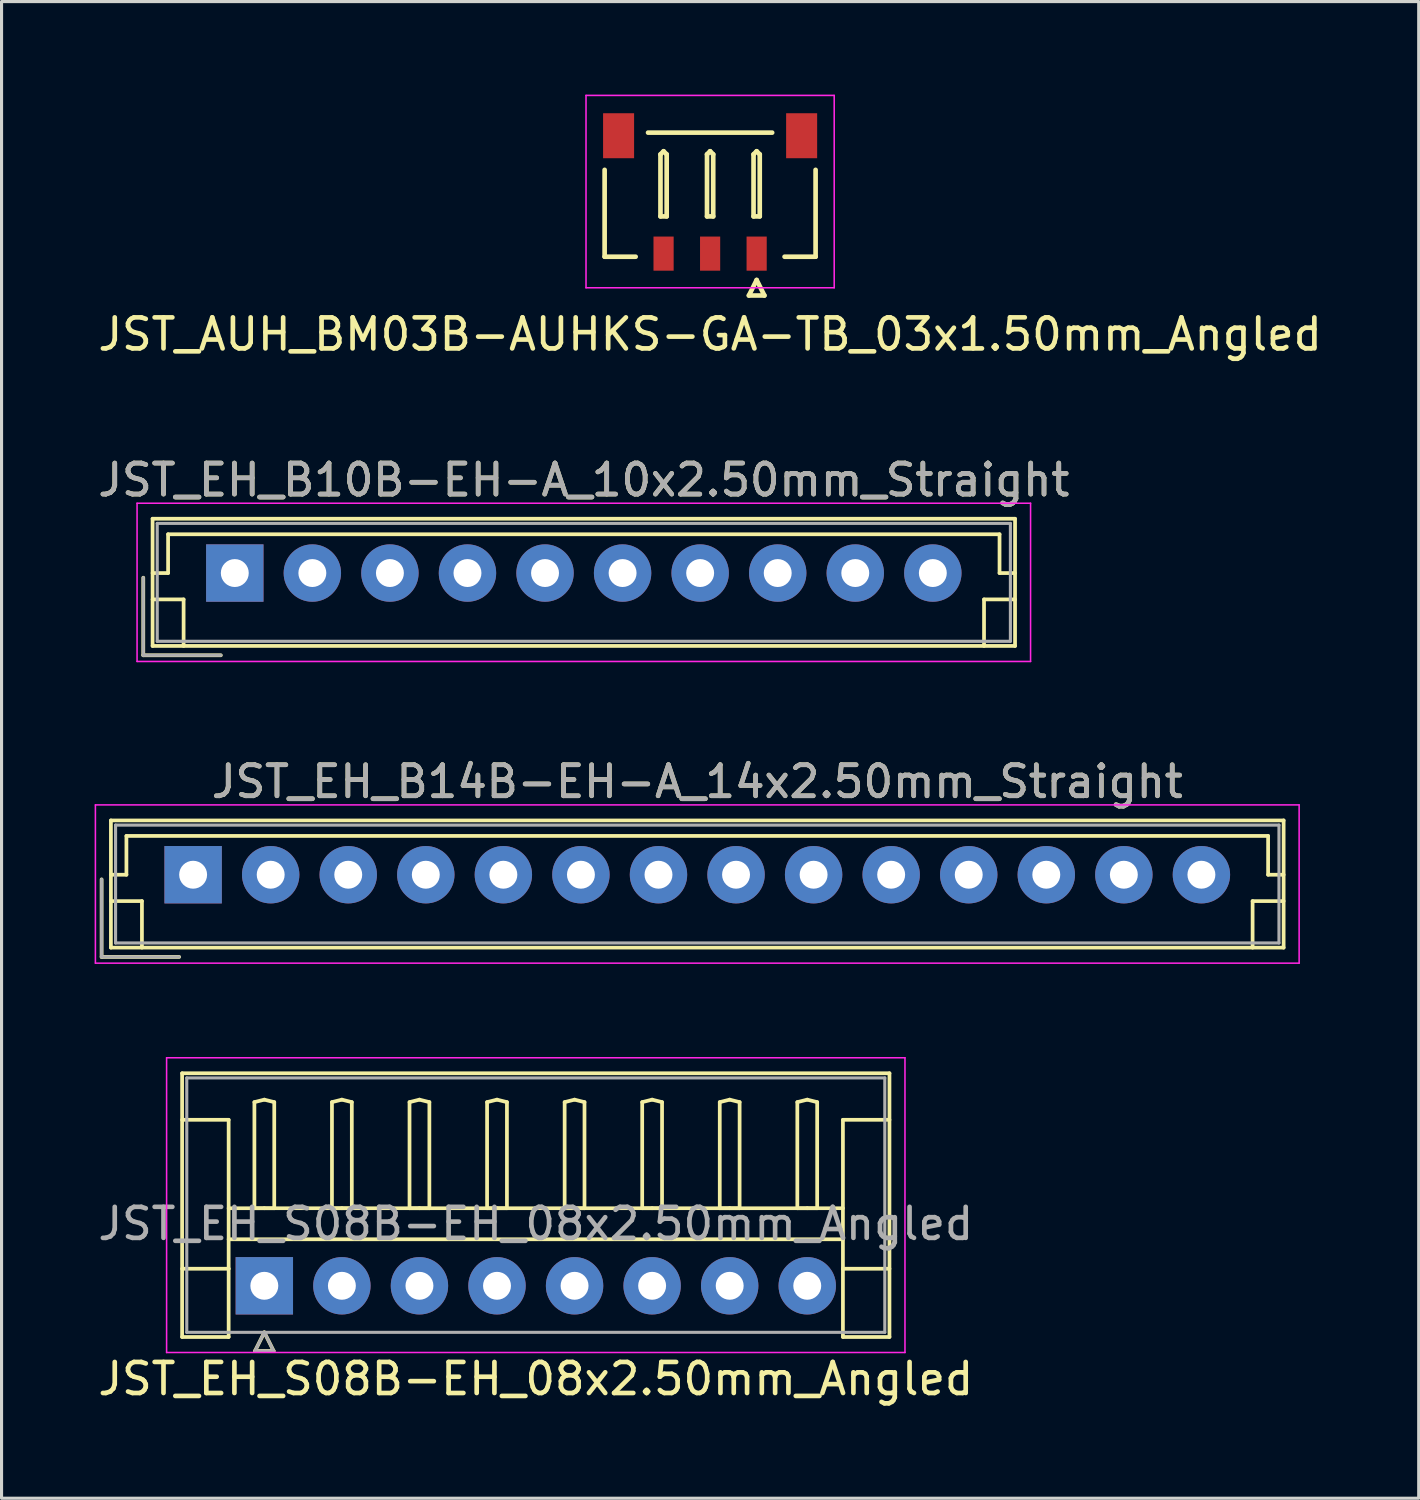
<source format=kicad_pcb>
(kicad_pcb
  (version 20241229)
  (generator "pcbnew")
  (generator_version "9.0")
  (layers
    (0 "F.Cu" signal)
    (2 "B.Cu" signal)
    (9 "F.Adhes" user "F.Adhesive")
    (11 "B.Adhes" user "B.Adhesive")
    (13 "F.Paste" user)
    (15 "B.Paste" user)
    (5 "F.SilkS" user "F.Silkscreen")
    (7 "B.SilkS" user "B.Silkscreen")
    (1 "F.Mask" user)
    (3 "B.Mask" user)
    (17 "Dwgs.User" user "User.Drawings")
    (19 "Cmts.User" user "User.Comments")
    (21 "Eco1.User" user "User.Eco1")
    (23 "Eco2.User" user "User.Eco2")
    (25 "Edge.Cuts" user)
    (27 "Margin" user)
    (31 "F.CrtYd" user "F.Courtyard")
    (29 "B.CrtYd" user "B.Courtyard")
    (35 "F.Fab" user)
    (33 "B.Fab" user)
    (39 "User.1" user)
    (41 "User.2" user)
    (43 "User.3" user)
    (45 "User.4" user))
  (footprint "JST_EH_B14B-EH-A_14x2.50mm_Straight"
    (layer "F.Cu")
    (at 3.175 25.145)
    (property "Reference" "JST_EH_B14B-EH-A_14x2.50mm_Straight" (at 16.25 -3 0) (layer "F.SilkS") (effects (font (size 1 1) (thickness 0.15))))
    (attr through_hole)
    (fp_line (start -2.95 0.15) (end -2.95 2.65) (stroke (width 0.12) (type solid)) (layer "F.SilkS"))
    (fp_line (start -2.95 2.65) (end -0.45 2.65) (stroke (width 0.12) (type solid)) (layer "F.SilkS"))
    (fp_line (start -2.65 -1.75) (end -2.65 2.35) (stroke (width 0.12) (type solid)) (layer "F.SilkS"))
    (fp_line (start -2.65 0) (end -2.15 0) (stroke (width 0.12) (type solid)) (layer "F.SilkS"))
    (fp_line (start -2.65 0.85) (end -1.65 0.85) (stroke (width 0.12) (type solid)) (layer "F.SilkS"))
    (fp_line (start -2.65 2.35) (end 35.15 2.35) (stroke (width 0.12) (type solid)) (layer "F.SilkS"))
    (fp_line (start -2.15 -1.25) (end 34.65 -1.25) (stroke (width 0.12) (type solid)) (layer "F.SilkS"))
    (fp_line (start -2.15 0) (end -2.15 -1.25) (stroke (width 0.12) (type solid)) (layer "F.SilkS"))
    (fp_line (start -1.65 0.85) (end -1.65 2.35) (stroke (width 0.12) (type solid)) (layer "F.SilkS"))
    (fp_line (start 34.15 0.85) (end 34.15 2.35) (stroke (width 0.12) (type solid)) (layer "F.SilkS"))
    (fp_line (start 34.65 -1.25) (end 34.65 0) (stroke (width 0.12) (type solid)) (layer "F.SilkS"))
    (fp_line (start 34.65 0) (end 35.15 0) (stroke (width 0.12) (type solid)) (layer "F.SilkS"))
    (fp_line (start 35.15 -1.75) (end -2.65 -1.75) (stroke (width 0.12) (type solid)) (layer "F.SilkS"))
    (fp_line (start 35.15 0.85) (end 34.15 0.85) (stroke (width 0.12) (type solid)) (layer "F.SilkS"))
    (fp_line (start 35.15 2.35) (end 35.15 -1.75) (stroke (width 0.12) (type solid)) (layer "F.SilkS"))
    (fp_line (start -3.15 -2.25) (end -3.15 2.85) (stroke (width 0.05) (type solid)) (layer "F.CrtYd"))
    (fp_line (start -3.15 2.85) (end 35.65 2.85) (stroke (width 0.05) (type solid)) (layer "F.CrtYd"))
    (fp_line (start 35.65 -2.25) (end -3.15 -2.25) (stroke (width 0.05) (type solid)) (layer "F.CrtYd"))
    (fp_line (start 35.65 2.85) (end 35.65 -2.25) (stroke (width 0.05) (type solid)) (layer "F.CrtYd"))
    (fp_line (start -2.95 0.15) (end -2.95 2.65) (stroke (width 0.1) (type solid)) (layer "F.Fab"))
    (fp_line (start -2.95 2.65) (end -0.45 2.65) (stroke (width 0.1) (type solid)) (layer "F.Fab"))
    (fp_line (start -2.5 -1.6) (end -2.5 2.2) (stroke (width 0.1) (type solid)) (layer "F.Fab"))
    (fp_line (start -2.5 2.2) (end 35 2.2) (stroke (width 0.1) (type solid)) (layer "F.Fab"))
    (fp_line (start 35 -1.6) (end -2.5 -1.6) (stroke (width 0.1) (type solid)) (layer "F.Fab"))
    (fp_line (start 35 2.2) (end 35 -1.6) (stroke (width 0.1) (type solid)) (layer "F.Fab"))
    (fp_text user "${REFERENCE}" (at 16.25 -3 0) (layer "F.Fab") (effects (font (size 1 1) (thickness 0.15))))
    (pad "1" thru_hole rect (at 0 0) (size 1.85 1.85) (drill 0.9) (layers "*.Cu" "*.Mask"))
    (pad "2" thru_hole circle (at 2.5 0) (size 1.85 1.85) (drill 0.9) (layers "*.Cu" "*.Mask"))
    (pad "3" thru_hole circle (at 5 0) (size 1.85 1.85) (drill 0.9) (layers "*.Cu" "*.Mask"))
    (pad "4" thru_hole circle (at 7.5 0) (size 1.85 1.85) (drill 0.9) (layers "*.Cu" "*.Mask"))
    (pad "5" thru_hole circle (at 10 0) (size 1.85 1.85) (drill 0.9) (layers "*.Cu" "*.Mask"))
    (pad "6" thru_hole circle (at 12.5 0) (size 1.85 1.85) (drill 0.9) (layers "*.Cu" "*.Mask"))
    (pad "7" thru_hole circle (at 15 0) (size 1.85 1.85) (drill 0.9) (layers "*.Cu" "*.Mask"))
    (pad "8" thru_hole circle (at 17.5 0) (size 1.85 1.85) (drill 0.9) (layers "*.Cu" "*.Mask"))
    (pad "9" thru_hole circle (at 20 0) (size 1.85 1.85) (drill 0.9) (layers "*.Cu" "*.Mask"))
    (pad "10" thru_hole circle (at 22.5 0) (size 1.85 1.85) (drill 0.9) (layers "*.Cu" "*.Mask"))
    (pad "11" thru_hole circle (at 25 0) (size 1.85 1.85) (drill 0.9) (layers "*.Cu" "*.Mask"))
    (pad "12" thru_hole circle (at 27.5 0) (size 1.85 1.85) (drill 0.9) (layers "*.Cu" "*.Mask"))
    (pad "13" thru_hole circle (at 30 0) (size 1.85 1.85) (drill 0.9) (layers "*.Cu" "*.Mask"))
    (pad "14" thru_hole circle (at 32.5 0) (size 1.85 1.85) (drill 0.9) (layers "*.Cu" "*.Mask")))
  (footprint "JST_AUH_BM03B-AUHKS-GA-TB_03x1.50mm_Angled"
    (layer "F.Cu")
    (at 19.839 3.225)
    (property "Reference" "JST_AUH_BM03B-AUHKS-GA-TB_03x1.50mm_Angled" (at 0 4.5 0) (layer "F.SilkS") (effects (font (size 1 1) (thickness 0.15))))
    (attr smd)
    (fp_line (start -3.4 2) (end -3.4 -0.8) (stroke (width 0.15) (type solid)) (layer "F.SilkS"))
    (fp_line (start -2.4 2) (end -3.4 2) (stroke (width 0.15) (type solid)) (layer "F.SilkS"))
    (fp_line (start -1.6 -1.3) (end -1.5 -1.4) (stroke (width 0.15) (type solid)) (layer "F.SilkS"))
    (fp_line (start -1.6 0.7) (end -1.6 -1.3) (stroke (width 0.15) (type solid)) (layer "F.SilkS"))
    (fp_line (start -1.5 -1.4) (end -1.4 -1.3) (stroke (width 0.15) (type solid)) (layer "F.SilkS"))
    (fp_line (start -1.4 -1.3) (end -1.4 0.7) (stroke (width 0.15) (type solid)) (layer "F.SilkS"))
    (fp_line (start -1.4 0.7) (end -1.6 0.7) (stroke (width 0.15) (type solid)) (layer "F.SilkS"))
    (fp_line (start -0.1 -1.3) (end 0 -1.4) (stroke (width 0.15) (type solid)) (layer "F.SilkS"))
    (fp_line (start -0.1 0.7) (end -0.1 -1.3) (stroke (width 0.15) (type solid)) (layer "F.SilkS"))
    (fp_line (start 0 -1.4) (end 0.1 -1.3) (stroke (width 0.15) (type solid)) (layer "F.SilkS"))
    (fp_line (start 0.1 -1.3) (end 0.1 0.7) (stroke (width 0.15) (type solid)) (layer "F.SilkS"))
    (fp_line (start 0.1 0.7) (end -0.1 0.7) (stroke (width 0.15) (type solid)) (layer "F.SilkS"))
    (fp_line (start 1.25 3.25) (end 1.75 3.25) (stroke (width 0.15) (type solid)) (layer "F.SilkS"))
    (fp_line (start 1.4 -1.3) (end 1.5 -1.4) (stroke (width 0.15) (type solid)) (layer "F.SilkS"))
    (fp_line (start 1.4 0.7) (end 1.4 -1.3) (stroke (width 0.15) (type solid)) (layer "F.SilkS"))
    (fp_line (start 1.5 -1.4) (end 1.6 -1.3) (stroke (width 0.15) (type solid)) (layer "F.SilkS"))
    (fp_line (start 1.5 2.75) (end 1.25 3.25) (stroke (width 0.15) (type solid)) (layer "F.SilkS"))
    (fp_line (start 1.6 -1.3) (end 1.6 0.7) (stroke (width 0.15) (type solid)) (layer "F.SilkS"))
    (fp_line (start 1.6 0.7) (end 1.4 0.7) (stroke (width 0.15) (type solid)) (layer "F.SilkS"))
    (fp_line (start 1.75 3.25) (end 1.5 2.75) (stroke (width 0.15) (type solid)) (layer "F.SilkS"))
    (fp_line (start 2 -2) (end -2 -2) (stroke (width 0.15) (type solid)) (layer "F.SilkS"))
    (fp_line (start 2.4 2) (end 3.4 2) (stroke (width 0.15) (type solid)) (layer "F.SilkS"))
    (fp_line (start 3.4 2) (end 3.4 -0.8) (stroke (width 0.15) (type solid)) (layer "F.SilkS"))
    (fp_line (start -4 -3.2) (end -4 3) (stroke (width 0.05) (type solid)) (layer "F.CrtYd"))
    (fp_line (start -4 3) (end 4 3) (stroke (width 0.05) (type solid)) (layer "F.CrtYd"))
    (fp_line (start 4 -3.2) (end -4 -3.2) (stroke (width 0.05) (type solid)) (layer "F.CrtYd"))
    (fp_line (start 4 3) (end 4 -3.2) (stroke (width 0.05) (type solid)) (layer "F.CrtYd"))
    (pad "" smd rect (at -2.95 -1.9) (size 1 1.45) (layers "F.Cu" "F.Mask" "F.Paste"))
    (pad "" smd rect (at 2.95 -1.9) (size 1 1.45) (layers "F.Cu" "F.Mask" "F.Paste"))
    (pad "1" smd rect (at 1.5 1.9) (size 0.65 1.1) (layers "F.Cu" "F.Mask" "F.Paste"))
    (pad "2" smd rect (at 0 1.9) (size 0.65 1.1) (layers "F.Cu" "F.Mask" "F.Paste"))
    (pad "3" smd rect (at -1.5 1.9) (size 0.65 1.1) (layers "F.Cu" "F.Mask" "F.Paste")))
  (footprint "JST_EH_S08B-EH_08x2.50mm_Angled"
    (layer "F.Cu")
    (at 5.47 38.395)
    (property "Reference" "JST_EH_S08B-EH_08x2.50mm_Angled" (at 8.75 3 0) (layer "F.SilkS") (effects (font (size 1 1) (thickness 0.15))))
    (attr through_hole)
    (fp_line (start -2.65 -6.85) (end 20.15 -6.85) (stroke (width 0.12) (type solid)) (layer "F.SilkS"))
    (fp_line (start -2.65 -5.35) (end -1.15 -5.35) (stroke (width 0.12) (type solid)) (layer "F.SilkS"))
    (fp_line (start -2.65 1.65) (end -2.65 -6.85) (stroke (width 0.12) (type solid)) (layer "F.SilkS"))
    (fp_line (start -1.15 -5.35) (end -1.15 -0.55) (stroke (width 0.12) (type solid)) (layer "F.SilkS"))
    (fp_line (start -1.15 -2.5) (end 18.65 -2.5) (stroke (width 0.12) (type solid)) (layer "F.SilkS"))
    (fp_line (start -1.15 -1.5) (end 18.65 -1.5) (stroke (width 0.12) (type solid)) (layer "F.SilkS"))
    (fp_line (start -1.15 -0.55) (end -2.65 -0.55) (stroke (width 0.12) (type solid)) (layer "F.SilkS"))
    (fp_line (start -1.15 -0.55) (end -1.15 1.65) (stroke (width 0.12) (type solid)) (layer "F.SilkS"))
    (fp_line (start -1.15 1.65) (end -2.65 1.65) (stroke (width 0.12) (type solid)) (layer "F.SilkS"))
    (fp_line (start -0.32 -5.92) (end 0 -6) (stroke (width 0.12) (type solid)) (layer "F.SilkS"))
    (fp_line (start -0.32 -2.5) (end -0.32 -5.92) (stroke (width 0.12) (type solid)) (layer "F.SilkS"))
    (fp_line (start -0.3 2.1) (end 0.3 2.1) (stroke (width 0.12) (type solid)) (layer "F.SilkS"))
    (fp_line (start 0 -6) (end 0.32 -5.92) (stroke (width 0.12) (type solid)) (layer "F.SilkS"))
    (fp_line (start 0 -2.5) (end -0.32 -2.5) (stroke (width 0.12) (type solid)) (layer "F.SilkS"))
    (fp_line (start 0 1.5) (end -0.3 2.1) (stroke (width 0.12) (type solid)) (layer "F.SilkS"))
    (fp_line (start 0.3 2.1) (end 0 1.5) (stroke (width 0.12) (type solid)) (layer "F.SilkS"))
    (fp_line (start 0.32 -5.92) (end 0.32 -2.5) (stroke (width 0.12) (type solid)) (layer "F.SilkS"))
    (fp_line (start 0.32 -2.5) (end 0 -2.5) (stroke (width 0.12) (type solid)) (layer "F.SilkS"))
    (fp_line (start 2.18 -5.92) (end 2.5 -6) (stroke (width 0.12) (type solid)) (layer "F.SilkS"))
    (fp_line (start 2.18 -2.5) (end 2.18 -5.92) (stroke (width 0.12) (type solid)) (layer "F.SilkS"))
    (fp_line (start 2.5 -6) (end 2.82 -5.92) (stroke (width 0.12) (type solid)) (layer "F.SilkS"))
    (fp_line (start 2.5 -2.5) (end 2.18 -2.5) (stroke (width 0.12) (type solid)) (layer "F.SilkS"))
    (fp_line (start 2.82 -5.92) (end 2.82 -2.5) (stroke (width 0.12) (type solid)) (layer "F.SilkS"))
    (fp_line (start 2.82 -2.5) (end 2.5 -2.5) (stroke (width 0.12) (type solid)) (layer "F.SilkS"))
    (fp_line (start 4.68 -5.92) (end 5 -6) (stroke (width 0.12) (type solid)) (layer "F.SilkS"))
    (fp_line (start 4.68 -2.5) (end 4.68 -5.92) (stroke (width 0.12) (type solid)) (layer "F.SilkS"))
    (fp_line (start 5 -6) (end 5.32 -5.92) (stroke (width 0.12) (type solid)) (layer "F.SilkS"))
    (fp_line (start 5 -2.5) (end 4.68 -2.5) (stroke (width 0.12) (type solid)) (layer "F.SilkS"))
    (fp_line (start 5.32 -5.92) (end 5.32 -2.5) (stroke (width 0.12) (type solid)) (layer "F.SilkS"))
    (fp_line (start 5.32 -2.5) (end 5 -2.5) (stroke (width 0.12) (type solid)) (layer "F.SilkS"))
    (fp_line (start 7.18 -5.92) (end 7.5 -6) (stroke (width 0.12) (type solid)) (layer "F.SilkS"))
    (fp_line (start 7.18 -2.5) (end 7.18 -5.92) (stroke (width 0.12) (type solid)) (layer "F.SilkS"))
    (fp_line (start 7.5 -6) (end 7.82 -5.92) (stroke (width 0.12) (type solid)) (layer "F.SilkS"))
    (fp_line (start 7.5 -2.5) (end 7.18 -2.5) (stroke (width 0.12) (type solid)) (layer "F.SilkS"))
    (fp_line (start 7.82 -5.92) (end 7.82 -2.5) (stroke (width 0.12) (type solid)) (layer "F.SilkS"))
    (fp_line (start 7.82 -2.5) (end 7.5 -2.5) (stroke (width 0.12) (type solid)) (layer "F.SilkS"))
    (fp_line (start 9.68 -5.92) (end 10 -6) (stroke (width 0.12) (type solid)) (layer "F.SilkS"))
    (fp_line (start 9.68 -2.5) (end 9.68 -5.92) (stroke (width 0.12) (type solid)) (layer "F.SilkS"))
    (fp_line (start 10 -6) (end 10.32 -5.92) (stroke (width 0.12) (type solid)) (layer "F.SilkS"))
    (fp_line (start 10 -2.5) (end 9.68 -2.5) (stroke (width 0.12) (type solid)) (layer "F.SilkS"))
    (fp_line (start 10.32 -5.92) (end 10.32 -2.5) (stroke (width 0.12) (type solid)) (layer "F.SilkS"))
    (fp_line (start 10.32 -2.5) (end 10 -2.5) (stroke (width 0.12) (type solid)) (layer "F.SilkS"))
    (fp_line (start 12.18 -5.92) (end 12.5 -6) (stroke (width 0.12) (type solid)) (layer "F.SilkS"))
    (fp_line (start 12.18 -2.5) (end 12.18 -5.92) (stroke (width 0.12) (type solid)) (layer "F.SilkS"))
    (fp_line (start 12.5 -6) (end 12.82 -5.92) (stroke (width 0.12) (type solid)) (layer "F.SilkS"))
    (fp_line (start 12.5 -2.5) (end 12.18 -2.5) (stroke (width 0.12) (type solid)) (layer "F.SilkS"))
    (fp_line (start 12.82 -5.92) (end 12.82 -2.5) (stroke (width 0.12) (type solid)) (layer "F.SilkS"))
    (fp_line (start 12.82 -2.5) (end 12.5 -2.5) (stroke (width 0.12) (type solid)) (layer "F.SilkS"))
    (fp_line (start 14.68 -5.92) (end 15 -6) (stroke (width 0.12) (type solid)) (layer "F.SilkS"))
    (fp_line (start 14.68 -2.5) (end 14.68 -5.92) (stroke (width 0.12) (type solid)) (layer "F.SilkS"))
    (fp_line (start 15 -6) (end 15.32 -5.92) (stroke (width 0.12) (type solid)) (layer "F.SilkS"))
    (fp_line (start 15 -2.5) (end 14.68 -2.5) (stroke (width 0.12) (type solid)) (layer "F.SilkS"))
    (fp_line (start 15.32 -5.92) (end 15.32 -2.5) (stroke (width 0.12) (type solid)) (layer "F.SilkS"))
    (fp_line (start 15.32 -2.5) (end 15 -2.5) (stroke (width 0.12) (type solid)) (layer "F.SilkS"))
    (fp_line (start 17.18 -5.92) (end 17.5 -6) (stroke (width 0.12) (type solid)) (layer "F.SilkS"))
    (fp_line (start 17.18 -2.5) (end 17.18 -5.92) (stroke (width 0.12) (type solid)) (layer "F.SilkS"))
    (fp_line (start 17.5 -6) (end 17.82 -5.92) (stroke (width 0.12) (type solid)) (layer "F.SilkS"))
    (fp_line (start 17.5 -2.5) (end 17.18 -2.5) (stroke (width 0.12) (type solid)) (layer "F.SilkS"))
    (fp_line (start 17.82 -5.92) (end 17.82 -2.5) (stroke (width 0.12) (type solid)) (layer "F.SilkS"))
    (fp_line (start 17.82 -2.5) (end 17.5 -2.5) (stroke (width 0.12) (type solid)) (layer "F.SilkS"))
    (fp_line (start 18.65 -5.35) (end 18.65 -0.55) (stroke (width 0.12) (type solid)) (layer "F.SilkS"))
    (fp_line (start 18.65 -0.55) (end 20.15 -0.55) (stroke (width 0.12) (type solid)) (layer "F.SilkS"))
    (fp_line (start 18.65 1.65) (end 18.65 -0.55) (stroke (width 0.12) (type solid)) (layer "F.SilkS"))
    (fp_line (start 20.15 -6.85) (end 20.15 1.65) (stroke (width 0.12) (type solid)) (layer "F.SilkS"))
    (fp_line (start 20.15 -5.35) (end 18.65 -5.35) (stroke (width 0.12) (type solid)) (layer "F.SilkS"))
    (fp_line (start 20.15 1.65) (end 18.65 1.65) (stroke (width 0.12) (type solid)) (layer "F.SilkS"))
    (fp_line (start -3.15 -7.35) (end -3.15 2.15) (stroke (width 0.05) (type solid)) (layer "F.CrtYd"))
    (fp_line (start -3.15 2.15) (end 20.65 2.15) (stroke (width 0.05) (type solid)) (layer "F.CrtYd"))
    (fp_line (start 20.65 -7.35) (end -3.15 -7.35) (stroke (width 0.05) (type solid)) (layer "F.CrtYd"))
    (fp_line (start 20.65 2.15) (end 20.65 -7.35) (stroke (width 0.05) (type solid)) (layer "F.CrtYd"))
    (fp_line (start -2.5 -6.7) (end -2.5 1.5) (stroke (width 0.1) (type solid)) (layer "F.Fab"))
    (fp_line (start -2.5 1.5) (end 20 1.5) (stroke (width 0.1) (type solid)) (layer "F.Fab"))
    (fp_line (start -0.3 2.1) (end 0.3 2.1) (stroke (width 0.1) (type solid)) (layer "F.Fab"))
    (fp_line (start 0 1.5) (end -0.3 2.1) (stroke (width 0.1) (type solid)) (layer "F.Fab"))
    (fp_line (start 0.3 2.1) (end 0 1.5) (stroke (width 0.1) (type solid)) (layer "F.Fab"))
    (fp_line (start 20 -6.7) (end -2.5 -6.7) (stroke (width 0.1) (type solid)) (layer "F.Fab"))
    (fp_line (start 20 1.5) (end 20 -6.7) (stroke (width 0.1) (type solid)) (layer "F.Fab"))
    (fp_text user "${REFERENCE}" (at 8.75 -2 0) (layer "F.Fab") (effects (font (size 1 1) (thickness 0.15))))
    (pad "1" thru_hole rect (at 0 0) (size 1.85 1.85) (drill 0.9) (layers "*.Cu" "*.Mask"))
    (pad "2" thru_hole circle (at 2.5 0) (size 1.85 1.85) (drill 0.9) (layers "*.Cu" "*.Mask"))
    (pad "3" thru_hole circle (at 5 0) (size 1.85 1.85) (drill 0.9) (layers "*.Cu" "*.Mask"))
    (pad "4" thru_hole circle (at 7.5 0) (size 1.85 1.85) (drill 0.9) (layers "*.Cu" "*.Mask"))
    (pad "5" thru_hole circle (at 10 0) (size 1.85 1.85) (drill 0.9) (layers "*.Cu" "*.Mask"))
    (pad "6" thru_hole circle (at 12.5 0) (size 1.85 1.85) (drill 0.9) (layers "*.Cu" "*.Mask"))
    (pad "7" thru_hole circle (at 15 0) (size 1.85 1.85) (drill 0.9) (layers "*.Cu" "*.Mask"))
    (pad "8" thru_hole circle (at 17.5 0) (size 1.85 1.85) (drill 0.9) (layers "*.Cu" "*.Mask")))
  (footprint "JST_EH_B10B-EH-A_10x2.50mm_Straight"
    (layer "F.Cu")
    (at 4.518 15.421)
    (property "Reference" "JST_EH_B10B-EH-A_10x2.50mm_Straight" (at 11.25 -3 0) (layer "F.SilkS") (effects (font (size 1 1) (thickness 0.15))))
    (attr through_hole)
    (fp_line (start -2.95 0.15) (end -2.95 2.65) (stroke (width 0.12) (type solid)) (layer "F.SilkS"))
    (fp_line (start -2.95 2.65) (end -0.45 2.65) (stroke (width 0.12) (type solid)) (layer "F.SilkS"))
    (fp_line (start -2.65 -1.75) (end -2.65 2.35) (stroke (width 0.12) (type solid)) (layer "F.SilkS"))
    (fp_line (start -2.65 0) (end -2.15 0) (stroke (width 0.12) (type solid)) (layer "F.SilkS"))
    (fp_line (start -2.65 0.85) (end -1.65 0.85) (stroke (width 0.12) (type solid)) (layer "F.SilkS"))
    (fp_line (start -2.65 2.35) (end 25.15 2.35) (stroke (width 0.12) (type solid)) (layer "F.SilkS"))
    (fp_line (start -2.15 -1.25) (end 24.65 -1.25) (stroke (width 0.12) (type solid)) (layer "F.SilkS"))
    (fp_line (start -2.15 0) (end -2.15 -1.25) (stroke (width 0.12) (type solid)) (layer "F.SilkS"))
    (fp_line (start -1.65 0.85) (end -1.65 2.35) (stroke (width 0.12) (type solid)) (layer "F.SilkS"))
    (fp_line (start 24.15 0.85) (end 24.15 2.35) (stroke (width 0.12) (type solid)) (layer "F.SilkS"))
    (fp_line (start 24.65 -1.25) (end 24.65 0) (stroke (width 0.12) (type solid)) (layer "F.SilkS"))
    (fp_line (start 24.65 0) (end 25.15 0) (stroke (width 0.12) (type solid)) (layer "F.SilkS"))
    (fp_line (start 25.15 -1.75) (end -2.65 -1.75) (stroke (width 0.12) (type solid)) (layer "F.SilkS"))
    (fp_line (start 25.15 0.85) (end 24.15 0.85) (stroke (width 0.12) (type solid)) (layer "F.SilkS"))
    (fp_line (start 25.15 2.35) (end 25.15 -1.75) (stroke (width 0.12) (type solid)) (layer "F.SilkS"))
    (fp_line (start -3.15 -2.25) (end -3.15 2.85) (stroke (width 0.05) (type solid)) (layer "F.CrtYd"))
    (fp_line (start -3.15 2.85) (end 25.65 2.85) (stroke (width 0.05) (type solid)) (layer "F.CrtYd"))
    (fp_line (start 25.65 -2.25) (end -3.15 -2.25) (stroke (width 0.05) (type solid)) (layer "F.CrtYd"))
    (fp_line (start 25.65 2.85) (end 25.65 -2.25) (stroke (width 0.05) (type solid)) (layer "F.CrtYd"))
    (fp_line (start -2.95 0.15) (end -2.95 2.65) (stroke (width 0.1) (type solid)) (layer "F.Fab"))
    (fp_line (start -2.95 2.65) (end -0.45 2.65) (stroke (width 0.1) (type solid)) (layer "F.Fab"))
    (fp_line (start -2.5 -1.6) (end -2.5 2.2) (stroke (width 0.1) (type solid)) (layer "F.Fab"))
    (fp_line (start -2.5 2.2) (end 25 2.2) (stroke (width 0.1) (type solid)) (layer "F.Fab"))
    (fp_line (start 25 -1.6) (end -2.5 -1.6) (stroke (width 0.1) (type solid)) (layer "F.Fab"))
    (fp_line (start 25 2.2) (end 25 -1.6) (stroke (width 0.1) (type solid)) (layer "F.Fab"))
    (fp_text user "${REFERENCE}" (at 11.25 -3 0) (layer "F.Fab") (effects (font (size 1 1) (thickness 0.15))))
    (pad "1" thru_hole rect (at 0 0) (size 1.85 1.85) (drill 0.9) (layers "*.Cu" "*.Mask"))
    (pad "2" thru_hole circle (at 2.5 0) (size 1.85 1.85) (drill 0.9) (layers "*.Cu" "*.Mask"))
    (pad "3" thru_hole circle (at 5 0) (size 1.85 1.85) (drill 0.9) (layers "*.Cu" "*.Mask"))
    (pad "4" thru_hole circle (at 7.5 0) (size 1.85 1.85) (drill 0.9) (layers "*.Cu" "*.Mask"))
    (pad "5" thru_hole circle (at 10 0) (size 1.85 1.85) (drill 0.9) (layers "*.Cu" "*.Mask"))
    (pad "6" thru_hole circle (at 12.5 0) (size 1.85 1.85) (drill 0.9) (layers "*.Cu" "*.Mask"))
    (pad "7" thru_hole circle (at 15 0) (size 1.85 1.85) (drill 0.9) (layers "*.Cu" "*.Mask"))
    (pad "8" thru_hole circle (at 17.5 0) (size 1.85 1.85) (drill 0.9) (layers "*.Cu" "*.Mask"))
    (pad "9" thru_hole circle (at 20 0) (size 1.85 1.85) (drill 0.9) (layers "*.Cu" "*.Mask"))
    (pad "10" thru_hole circle (at 22.5 0) (size 1.85 1.85) (drill 0.9) (layers "*.Cu" "*.Mask")))
  (gr_rect
    (start -3 -3)
    (end 42.679 45.243)
    (stroke (width 0.1) (type default))
    (fill no)
    (layer "Edge.Cuts")))
</source>
